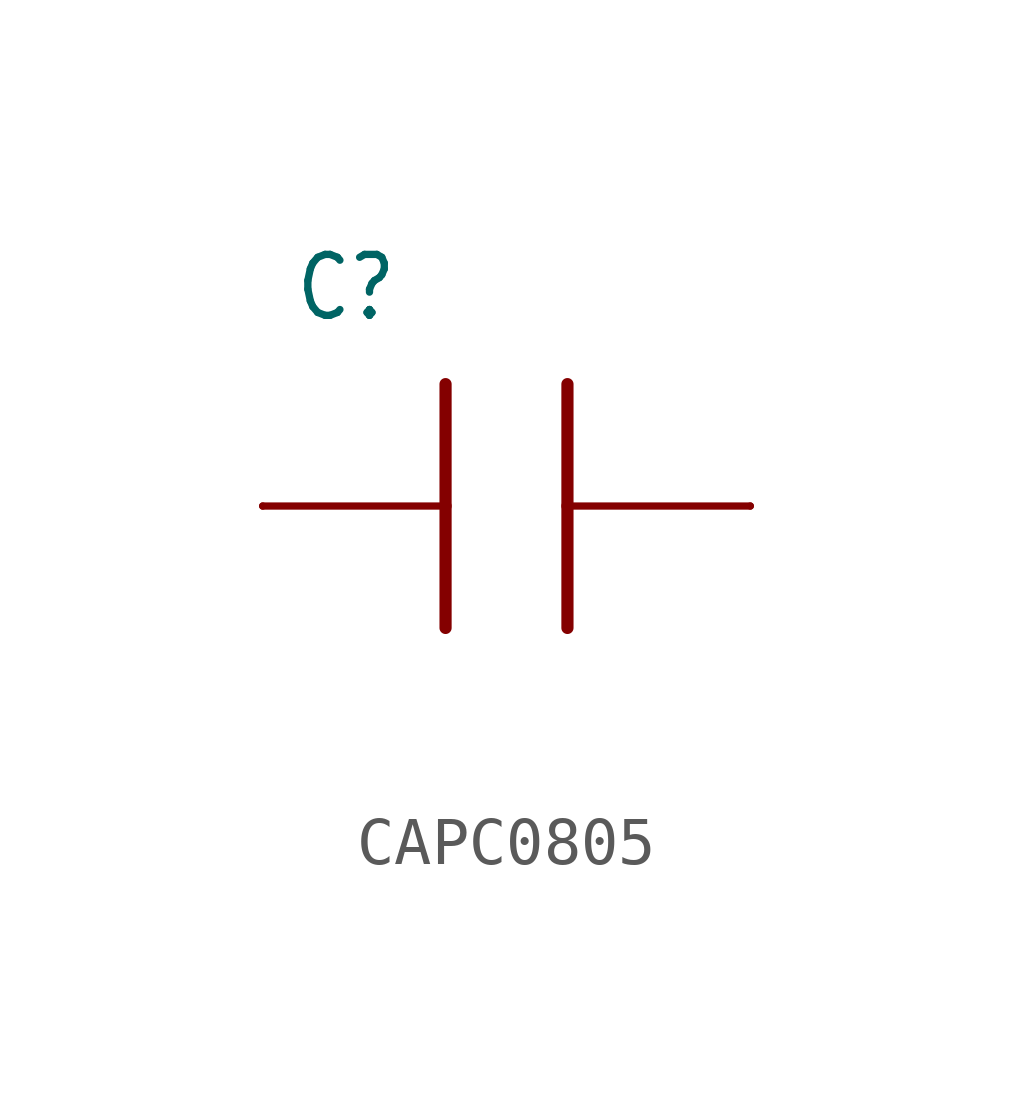
<source format=kicad_sym>
(kicad_symbol_lib
  (version 20231120)
  (generator "kicad_symbol_editor")
  (generator_version "8.0")
  (symbol "CAPC0805"
    (property "Reference" "C"
      (at -4.445 3.81 0)
      (effects (font (size 1.27 1.079)) (justify left bottom)))
    (property "Value" ""
      (at -5.08 -5.08 0)
      (effects (font (size 1.27 1.079)) (justify left bottom)))
    (property "ki_locked" ""
      (at 0 0 0)
      (effects (font (size 1.27 1.27))))
    (symbol "CAPC0805_1_0"
      (polyline (pts (xy -5.08 0) (xy -1.27 0)) (stroke (width 0.152) (type solid)) (fill (type none)))
      (polyline (pts (xy -1.27 0) (xy -1.27 -2.54)) (stroke (width 0.254) (type solid)) (fill (type none)))
      (polyline (pts (xy -1.27 2.54) (xy -1.27 0)) (stroke (width 0.254) (type solid)) (fill (type none)))
      (polyline (pts (xy 1.27 0) (xy 1.27 -2.54)) (stroke (width 0.254) (type solid)) (fill (type none)))
      (polyline (pts (xy 1.27 2.54) (xy 1.27 0)) (stroke (width 0.254) (type solid)) (fill (type none)))
      (polyline (pts (xy 5.08 0) (xy 1.27 0)) (stroke (width 0.152) (type solid)) (fill (type none)))
      (pin passive line (at -5.08 0 0) (length 0) (name "P$1" (effects (font (size 0 0)))) (number "P$1" (effects (font (size 0 0)))))
      (pin passive line (at 5.08 0 180) (length 0) (name "P$2" (effects (font (size 0 0)))) (number "P$2" (effects (font (size 0 0))))))))
</source>
